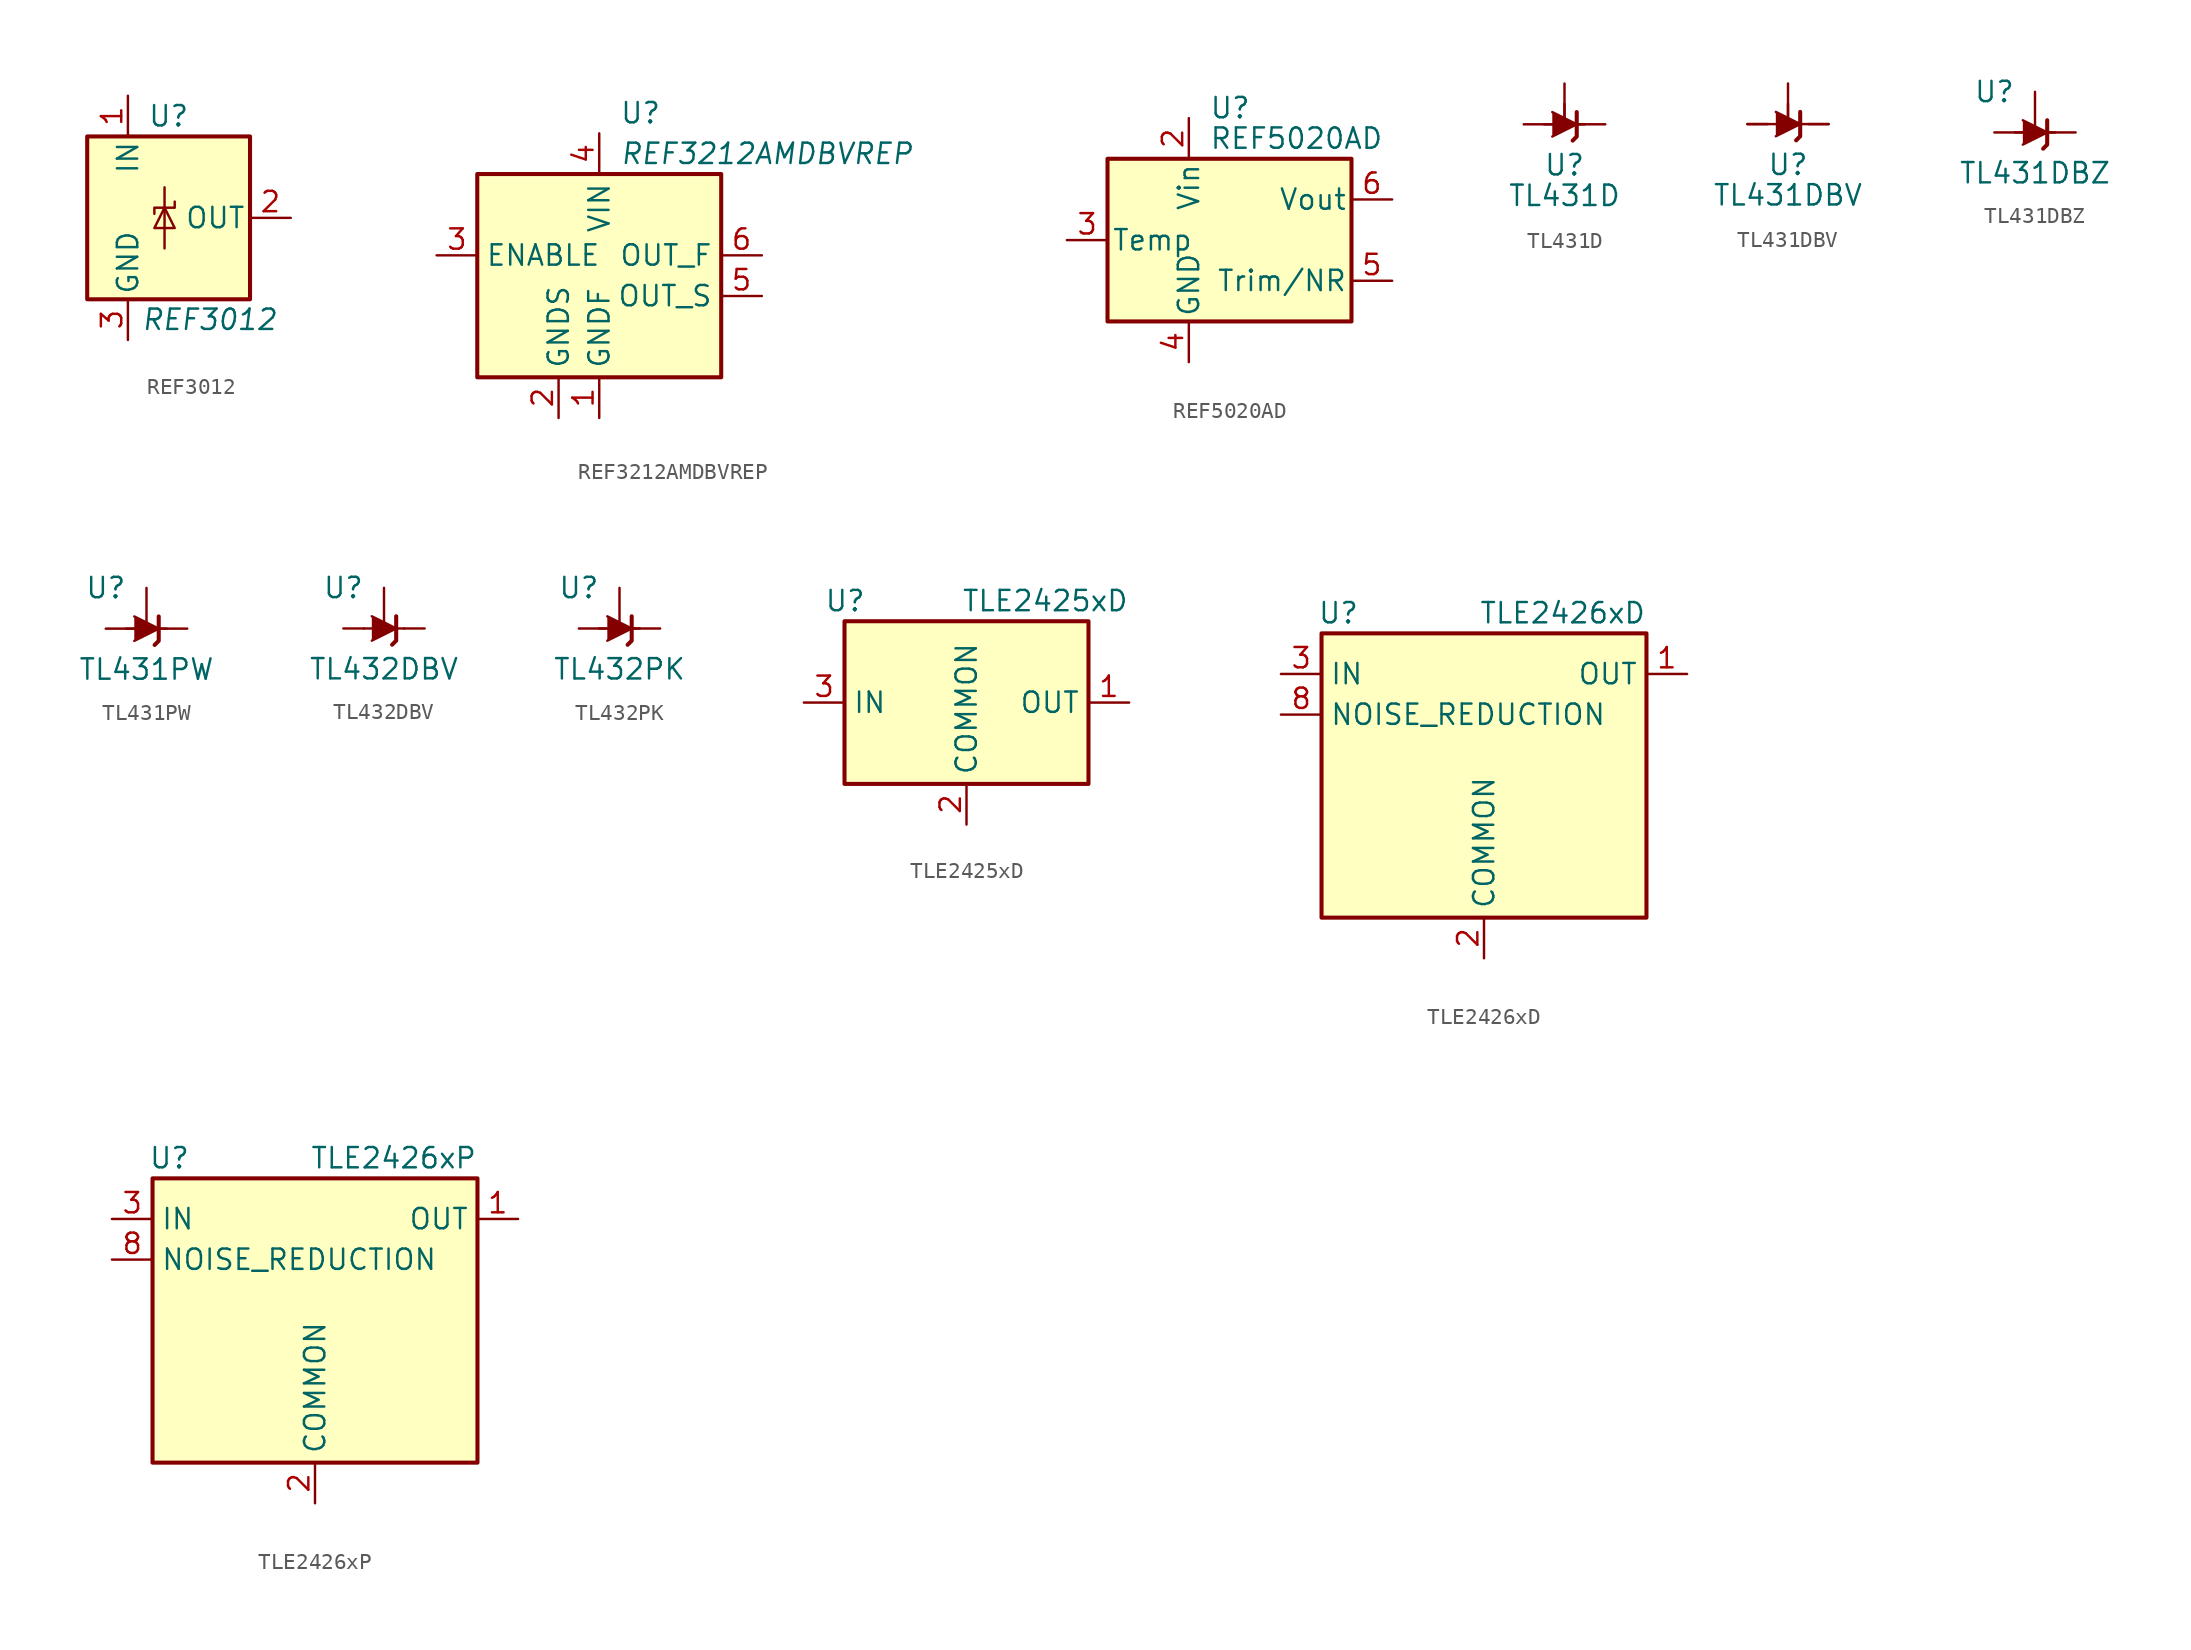
<source format=kicad_sym>
(kicad_symbol_lib
  (version 20211014)
  (generator kicad_symbol_editor)
  (symbol "REF3012"
    (pin_names
      (offset 0.254))
    (property "Reference" "U"
      (at 0 6.35 0)
      (effects (font (size 1.27 1.27))))
    (property "Value" "REF3012"
      (at 2.54 -6.35 0)
      (effects (font (size 1.27 1.27) italic)))
    (symbol "REF3012_0_1"
      (rectangle (start -5.08 5.08) (end 5.08 -5.08) (stroke (width 0.254) (type default) (color 0 0 0 0)) (fill (type background)))
      (polyline (pts (xy -0.254 1.905) (xy -0.254 -1.905)) (stroke (width 0) (type default) (color 0 0 0 0)) (fill (type none)))
      (polyline (pts (xy -0.889 -0.635) (xy 0.381 -0.635) (xy -0.254 0.635) (xy -0.889 -0.635)) (stroke (width 0) (type default) (color 0 0 0 0)) (fill (type none)))
      (polyline (pts (xy 0.381 1.016) (xy 0.381 0.635) (xy -0.889 0.635) (xy -0.889 0.254)) (stroke (width 0) (type default) (color 0 0 0 0)) (fill (type none))))
    (symbol "REF3012_1_1"
      (pin power_in line (at -2.54 7.62 270) (length 2.54) (name "IN" (effects (font (size 1.27 1.27)))) (number "1" (effects (font (size 1.27 1.27)))))
      (pin power_out line (at 7.62 0 180) (length 2.54) (name "OUT" (effects (font (size 1.27 1.27)))) (number "2" (effects (font (size 1.27 1.27)))))
      (pin power_in line (at -2.54 -7.62 90) (length 2.54) (name "GND" (effects (font (size 1.27 1.27)))) (number "3" (effects (font (size 1.27 1.27)))))))
  (symbol "REF3212AMDBVREP"
    (property "Reference" "U"
      (at 1.27 8.89 0)
      (effects (font (size 1.27 1.27)) (justify left)))
    (property "Value" "REF3212AMDBVREP"
      (at 1.27 6.35 0)
      (effects (font (size 1.27 1.27) italic) (justify left)))
    (symbol "REF3212AMDBVREP_0_1"
      (rectangle (start -7.62 5.08) (end 7.62 -7.62) (stroke (width 0.254) (type default) (color 0 0 0 0)) (fill (type background))))
    (symbol "REF3212AMDBVREP_1_1"
      (pin power_in line (at 0 -10.16 90) (length 2.54) (name "GNDF" (effects (font (size 1.27 1.27)))) (number "1" (effects (font (size 1.27 1.27)))))
      (pin input line (at -2.54 -10.16 90) (length 2.54) (name "GNDS" (effects (font (size 1.27 1.27)))) (number "2" (effects (font (size 1.27 1.27)))))
      (pin input line (at -10.16 0 0) (length 2.54) (name "ENABLE" (effects (font (size 1.27 1.27)))) (number "3" (effects (font (size 1.27 1.27)))))
      (pin power_in line (at 0 7.62 270) (length 2.54) (name "VIN" (effects (font (size 1.27 1.27)))) (number "4" (effects (font (size 1.27 1.27)))))
      (pin input line (at 10.16 -2.54 180) (length 2.54) (name "OUT_S" (effects (font (size 1.27 1.27)))) (number "5" (effects (font (size 1.27 1.27)))))
      (pin output line (at 10.16 0 180) (length 2.54) (name "OUT_F" (effects (font (size 1.27 1.27)))) (number "6" (effects (font (size 1.27 1.27)))))))
  (symbol "REF5020AD"
    (pin_names
      (offset 0.254))
    (property "Reference" "U"
      (at -1.27 8.255 0)
      (effects (font (size 1.27 1.27)) (justify left)))
    (property "Value" "REF5020AD"
      (at -1.27 6.35 0)
      (effects (font (size 1.27 1.27)) (justify left)))
    (symbol "REF5020AD_0_1"
      (rectangle (start -7.62 5.08) (end 7.62 -5.08) (stroke (width 0.254) (type default) (color 0 0 0 0)) (fill (type background))))
    (symbol "REF5020AD_1_1"
      (pin no_connect line (at -7.62 2.54 0) (length 2.54) hide (name "DNC" (effects (font (size 1.27 1.27)))) (number "1" (effects (font (size 1.27 1.27)))))
      (pin power_in line (at -2.54 7.62 270) (length 2.54) (name "Vin" (effects (font (size 1.27 1.27)))) (number "2" (effects (font (size 1.27 1.27)))))
      (pin passive line (at -10.16 0 0) (length 2.54) (name "Temp" (effects (font (size 1.27 1.27)))) (number "3" (effects (font (size 1.27 1.27)))))
      (pin power_in line (at -2.54 -7.62 90) (length 2.54) (name "GND" (effects (font (size 1.27 1.27)))) (number "4" (effects (font (size 1.27 1.27)))))
      (pin passive line (at 10.16 -2.54 180) (length 2.54) (name "Trim/NR" (effects (font (size 1.27 1.27)))) (number "5" (effects (font (size 1.27 1.27)))))
      (pin power_out line (at 10.16 2.54 180) (length 2.54) (name "Vout" (effects (font (size 1.27 1.27)))) (number "6" (effects (font (size 1.27 1.27)))))
      (pin no_connect line (at -5.08 -5.08 90) (length 2.54) hide (name "NC" (effects (font (size 1.27 1.27)))) (number "7" (effects (font (size 1.27 1.27)))))
      (pin no_connect line (at 7.62 0 180) (length 2.54) hide (name "DNC" (effects (font (size 1.27 1.27)))) (number "8" (effects (font (size 1.27 1.27)))))))
  (symbol "TL431D"
    (pin_numbers hide)
    (pin_names hide)
    (property "Reference" "U"
      (at 0 -2.54 0)
      (effects (font (size 1.27 1.27))))
    (property "Value" "TL431D"
      (at 0 -4.445 0)
      (effects (font (size 1.27 1.27))))
    (symbol "TL431D_0_1"
      (polyline (pts (xy -1.27 0) (xy 0 0) (xy 1.27 0)) (stroke (width 0) (type default) (color 0 0 0 0)) (fill (type none)))
      (polyline (pts (xy -0.762 0.762) (xy 0.762 0) (xy -0.762 -0.762)) (stroke (width 0) (type default) (color 0 0 0 0)) (fill (type outline)))
      (polyline (pts (xy 0.508 -1.016) (xy 0.762 -0.762) (xy 0.762 0.762) (xy 0.762 0.762)) (stroke (width 0.254) (type default) (color 0 0 0 0)) (fill (type none))))
    (symbol "TL431D_1_1"
      (polyline (pts (xy 0 1.27) (xy 0 0)) (stroke (width 0) (type default) (color 0 0 0 0)) (fill (type none)))
      (pin passive line (at 2.54 0 180) (length 2.54) (name "K" (effects (font (size 1.27 1.27)))) (number "1" (effects (font (size 1.27 1.27)))))
      (pin passive line (at -2.54 0 0) (length 2.54) (name "A" (effects (font (size 1.27 1.27)))) (number "2" (effects (font (size 1.27 1.27)))))
      (pin passive line (at -2.54 0 0) (length 2.54) hide (name "A" (effects (font (size 1.27 1.27)))) (number "3" (effects (font (size 1.27 1.27)))))
      (pin passive line (at -2.54 0 0) (length 2.54) hide (name "A" (effects (font (size 1.27 1.27)))) (number "6" (effects (font (size 1.27 1.27)))))
      (pin passive line (at -2.54 0 0) (length 2.54) hide (name "A" (effects (font (size 1.27 1.27)))) (number "7" (effects (font (size 1.27 1.27)))))
      (pin passive line (at 0 2.54 270) (length 2.54) (name "REF" (effects (font (size 1.27 1.27)))) (number "8" (effects (font (size 1.27 1.27)))))))
  (symbol "TL431DBV"
    (pin_numbers hide)
    (pin_names hide)
    (property "Reference" "U"
      (at 0 -2.54 0)
      (effects (font (size 1.27 1.27))))
    (property "Value" "TL431DBV"
      (at 0 -4.445 0)
      (effects (font (size 1.27 1.27))))
    (symbol "TL431DBV_0_1"
      (polyline (pts (xy -2.54 0) (xy 0 0) (xy 2.54 0)) (stroke (width 0) (type default) (color 0 0 0 0)) (fill (type none)))
      (polyline (pts (xy -0.762 0.762) (xy 0.762 0) (xy -0.762 -0.762)) (stroke (width 0) (type default) (color 0 0 0 0)) (fill (type outline)))
      (polyline (pts (xy 0.508 -1.016) (xy 0.762 -0.762) (xy 0.762 0.762) (xy 0.762 0.762)) (stroke (width 0.254) (type default) (color 0 0 0 0)) (fill (type none))))
    (symbol "TL431DBV_1_1"
      (polyline (pts (xy 0 1.27) (xy 0 0)) (stroke (width 0) (type default) (color 0 0 0 0)) (fill (type none)))
      (pin passive line (at 2.54 0 180) (length 1.27) (name "K" (effects (font (size 1.27 1.27)))) (number "3" (effects (font (size 1.27 1.27)))))
      (pin passive line (at 0 2.54 270) (length 2.54) (name "REF" (effects (font (size 1.27 1.27)))) (number "4" (effects (font (size 1.27 1.27)))))
      (pin passive line (at -2.54 0 0) (length 1.27) (name "A" (effects (font (size 1.27 1.27)))) (number "5" (effects (font (size 1.27 1.27)))))))
  (symbol "TL431DBZ"
    (pin_numbers hide)
    (pin_names hide)
    (property "Reference" "U"
      (at -2.54 2.54 0)
      (effects (font (size 1.27 1.27))))
    (property "Value" "TL431DBZ"
      (at 0 -2.54 0)
      (effects (font (size 1.27 1.27))))
    (symbol "TL431DBZ_0_1"
      (polyline (pts (xy -1.27 0) (xy 0 0) (xy 1.27 0)) (stroke (width 0) (type default) (color 0 0 0 0)) (fill (type none)))
      (polyline (pts (xy -0.762 0.762) (xy 0.762 0) (xy -0.762 -0.762)) (stroke (width 0) (type default) (color 0 0 0 0)) (fill (type outline)))
      (polyline (pts (xy 0.508 -1.016) (xy 0.762 -0.762) (xy 0.762 0.762) (xy 0.762 0.762)) (stroke (width 0.254) (type default) (color 0 0 0 0)) (fill (type none))))
    (symbol "TL431DBZ_1_1"
      (pin passive line (at 2.54 0 180) (length 2.54) (name "K" (effects (font (size 1.27 1.27)))) (number "1" (effects (font (size 1.27 1.27)))))
      (pin passive line (at 0 2.54 270) (length 2.54) (name "REF" (effects (font (size 1.27 1.27)))) (number "2" (effects (font (size 1.27 1.27)))))
      (pin passive line (at -2.54 0 0) (length 2.54) (name "A" (effects (font (size 1.27 1.27)))) (number "3" (effects (font (size 1.27 1.27)))))))
  (symbol "TL431PW"
    (pin_numbers hide)
    (pin_names hide)
    (property "Reference" "U"
      (at -2.54 2.54 0)
      (effects (font (size 1.27 1.27))))
    (property "Value" "TL431PW"
      (at 0 -2.54 0)
      (effects (font (size 1.27 1.27))))
    (symbol "TL431PW_0_1"
      (polyline (pts (xy -1.27 0) (xy 0 0) (xy 1.27 0)) (stroke (width 0) (type default) (color 0 0 0 0)) (fill (type none)))
      (polyline (pts (xy -0.762 0.762) (xy 0.762 0) (xy -0.762 -0.762)) (stroke (width 0) (type default) (color 0 0 0 0)) (fill (type outline)))
      (polyline (pts (xy 0.508 -1.016) (xy 0.762 -0.762) (xy 0.762 0.762) (xy 0.762 0.762)) (stroke (width 0.254) (type default) (color 0 0 0 0)) (fill (type none))))
    (symbol "TL431PW_1_1"
      (pin passive line (at 2.54 0 180) (length 2.54) (name "K" (effects (font (size 1.27 1.27)))) (number "1" (effects (font (size 1.27 1.27)))))
      (pin passive line (at -2.54 0 0) (length 2.54) (name "A" (effects (font (size 1.27 1.27)))) (number "6" (effects (font (size 1.27 1.27)))))
      (pin passive line (at 0 2.54 270) (length 2.54) (name "REF" (effects (font (size 1.27 1.27)))) (number "8" (effects (font (size 1.27 1.27)))))))
  (symbol "TL432DBV"
    (pin_numbers hide)
    (pin_names hide)
    (property "Reference" "U"
      (at -2.54 2.54 0)
      (effects (font (size 1.27 1.27))))
    (property "Value" "TL432DBV"
      (at 0 -2.54 0)
      (effects (font (size 1.27 1.27))))
    (symbol "TL432DBV_0_1"
      (polyline (pts (xy -1.27 0) (xy 0 0) (xy 1.27 0)) (stroke (width 0) (type default) (color 0 0 0 0)) (fill (type none)))
      (polyline (pts (xy -0.762 0.762) (xy 0.762 0) (xy -0.762 -0.762)) (stroke (width 0) (type default) (color 0 0 0 0)) (fill (type outline)))
      (polyline (pts (xy 0.508 -1.016) (xy 0.762 -0.762) (xy 0.762 0.762) (xy 0.762 0.762)) (stroke (width 0.254) (type default) (color 0 0 0 0)) (fill (type none))))
    (symbol "TL432DBV_1_1"
      (pin passive line (at -2.54 0 0) (length 1.27) (name "A" (effects (font (size 1.27 1.27)))) (number "2" (effects (font (size 1.27 1.27)))))
      (pin passive line (at 2.54 0 180) (length 1.27) (name "K" (effects (font (size 1.27 1.27)))) (number "4" (effects (font (size 1.27 1.27)))))
      (pin passive line (at 0 2.54 270) (length 2.54) (name "REF" (effects (font (size 1.27 1.27)))) (number "5" (effects (font (size 1.27 1.27)))))))
  (symbol "TL432PK"
    (pin_numbers hide)
    (pin_names hide)
    (property "Reference" "U"
      (at -2.54 2.54 0)
      (effects (font (size 1.27 1.27))))
    (property "Value" "TL432PK"
      (at 0 -2.54 0)
      (effects (font (size 1.27 1.27))))
    (symbol "TL432PK_0_1"
      (polyline (pts (xy -1.27 0) (xy 0 0) (xy 1.27 0)) (stroke (width 0) (type default) (color 0 0 0 0)) (fill (type none)))
      (polyline (pts (xy -0.762 0.762) (xy 0.762 0) (xy -0.762 -0.762)) (stroke (width 0) (type default) (color 0 0 0 0)) (fill (type outline)))
      (polyline (pts (xy 0.508 -1.016) (xy 0.762 -0.762) (xy 0.762 0.762) (xy 0.762 0.762)) (stroke (width 0.254) (type default) (color 0 0 0 0)) (fill (type none))))
    (symbol "TL432PK_1_1"
      (pin passive line (at 2.54 0 180) (length 2.54) (name "K" (effects (font (size 1.27 1.27)))) (number "1" (effects (font (size 1.27 1.27)))))
      (pin passive line (at -2.54 0 0) (length 2.54) (name "A" (effects (font (size 1.27 1.27)))) (number "2" (effects (font (size 1.27 1.27)))))
      (pin passive line (at 0 2.54 270) (length 2.54) (name "REF" (effects (font (size 1.27 1.27)))) (number "3" (effects (font (size 1.27 1.27)))))))
  (symbol "TLE2425xD"
    (property "Reference" "U"
      (at -8.89 6.35 0)
      (effects (font (size 1.27 1.27)) (justify left)))
    (property "Value" "TLE2425xD"
      (at 10.16 6.35 0)
      (effects (font (size 1.27 1.27)) (justify right)))
    (symbol "TLE2425xD_0_1"
      (rectangle (start 7.62 -5.08) (end -7.62 5.08) (stroke (width 0.254) (type default) (color 0 0 0 0)) (fill (type background))))
    (symbol "TLE2425xD_1_1"
      (pin power_out line (at 10.16 0 180) (length 2.54) (name "OUT" (effects (font (size 1.27 1.27)))) (number "1" (effects (font (size 1.27 1.27)))))
      (pin power_in line (at 0 -7.62 90) (length 2.54) (name "COMMON" (effects (font (size 1.27 1.27)))) (number "2" (effects (font (size 1.27 1.27)))))
      (pin power_in line (at -10.16 0 0) (length 2.54) (name "IN" (effects (font (size 1.27 1.27)))) (number "3" (effects (font (size 1.27 1.27)))))
      (pin no_connect line (at -7.62 -2.54 0) (length 2.54) hide (name "NC" (effects (font (size 1.27 1.27)))) (number "4" (effects (font (size 1.27 1.27)))))
      (pin no_connect line (at -5.08 -5.08 90) (length 2.54) hide (name "NC" (effects (font (size 1.27 1.27)))) (number "5" (effects (font (size 1.27 1.27)))))
      (pin no_connect line (at 7.62 2.54 180) (length 2.54) hide (name "NC" (effects (font (size 1.27 1.27)))) (number "6" (effects (font (size 1.27 1.27)))))
      (pin no_connect line (at 7.62 -2.54 180) (length 2.54) hide (name "NC" (effects (font (size 1.27 1.27)))) (number "7" (effects (font (size 1.27 1.27)))))
      (pin no_connect line (at -7.62 2.54 0) (length 2.54) hide (name "NC" (effects (font (size 1.27 1.27)))) (number "8" (effects (font (size 1.27 1.27)))))))
  (symbol "TLE2426xD"
    (property "Reference" "U"
      (at -10.414 8.89 0)
      (effects (font (size 1.27 1.27)) (justify left)))
    (property "Value" "TLE2426xD"
      (at 10.16 8.89 0)
      (effects (font (size 1.27 1.27)) (justify right)))
    (symbol "TLE2426xD_0_1"
      (rectangle (start -10.16 7.62) (end 10.16 -10.16) (stroke (width 0.254) (type default) (color 0 0 0 0)) (fill (type background))))
    (symbol "TLE2426xD_1_1"
      (pin power_out line (at 12.7 5.08 180) (length 2.54) (name "OUT" (effects (font (size 1.27 1.27)))) (number "1" (effects (font (size 1.27 1.27)))))
      (pin power_in line (at 0 -12.7 90) (length 2.54) (name "COMMON" (effects (font (size 1.27 1.27)))) (number "2" (effects (font (size 1.27 1.27)))))
      (pin power_in line (at -12.7 5.08 0) (length 2.54) (name "IN" (effects (font (size 1.27 1.27)))) (number "3" (effects (font (size 1.27 1.27)))))
      (pin no_connect line (at -10.16 0 0) (length 2.54) hide (name "NC" (effects (font (size 1.27 1.27)))) (number "4" (effects (font (size 1.27 1.27)))))
      (pin no_connect line (at -10.16 -2.54 0) (length 2.54) hide (name "NC" (effects (font (size 1.27 1.27)))) (number "5" (effects (font (size 1.27 1.27)))))
      (pin no_connect line (at 10.16 0 180) (length 2.54) hide (name "NC" (effects (font (size 1.27 1.27)))) (number "6" (effects (font (size 1.27 1.27)))))
      (pin no_connect line (at 10.16 -2.54 180) (length 2.54) hide (name "NC" (effects (font (size 1.27 1.27)))) (number "7" (effects (font (size 1.27 1.27)))))
      (pin passive line (at -12.7 2.54 0) (length 2.54) (name "NOISE_REDUCTION" (effects (font (size 1.27 1.27)))) (number "8" (effects (font (size 1.27 1.27)))))))
  (symbol "TLE2426xP"
    (property "Reference" "U"
      (at -10.414 8.89 0)
      (effects (font (size 1.27 1.27)) (justify left)))
    (property "Value" "TLE2426xP"
      (at 10.16 8.89 0)
      (effects (font (size 1.27 1.27)) (justify right)))
    (symbol "TLE2426xP_0_1"
      (rectangle (start -10.16 7.62) (end 10.16 -10.16) (stroke (width 0.254) (type default) (color 0 0 0 0)) (fill (type background))))
    (symbol "TLE2426xP_1_1"
      (pin power_out line (at 12.7 5.08 180) (length 2.54) (name "OUT" (effects (font (size 1.27 1.27)))) (number "1" (effects (font (size 1.27 1.27)))))
      (pin power_in line (at 0 -12.7 90) (length 2.54) (name "COMMON" (effects (font (size 1.27 1.27)))) (number "2" (effects (font (size 1.27 1.27)))))
      (pin power_in line (at -12.7 5.08 0) (length 2.54) (name "IN" (effects (font (size 1.27 1.27)))) (number "3" (effects (font (size 1.27 1.27)))))
      (pin no_connect line (at -10.16 0 0) (length 2.54) hide (name "NC" (effects (font (size 1.27 1.27)))) (number "4" (effects (font (size 1.27 1.27)))))
      (pin no_connect line (at -10.16 -2.54 0) (length 2.54) hide (name "NC" (effects (font (size 1.27 1.27)))) (number "5" (effects (font (size 1.27 1.27)))))
      (pin no_connect line (at 10.16 0 180) (length 2.54) hide (name "NC" (effects (font (size 1.27 1.27)))) (number "6" (effects (font (size 1.27 1.27)))))
      (pin no_connect line (at 10.16 -2.54 180) (length 2.54) hide (name "NC" (effects (font (size 1.27 1.27)))) (number "7" (effects (font (size 1.27 1.27)))))
      (pin passive line (at -12.7 2.54 0) (length 2.54) (name "NOISE_REDUCTION" (effects (font (size 1.27 1.27)))) (number "8" (effects (font (size 1.27 1.27))))))))
</source>
